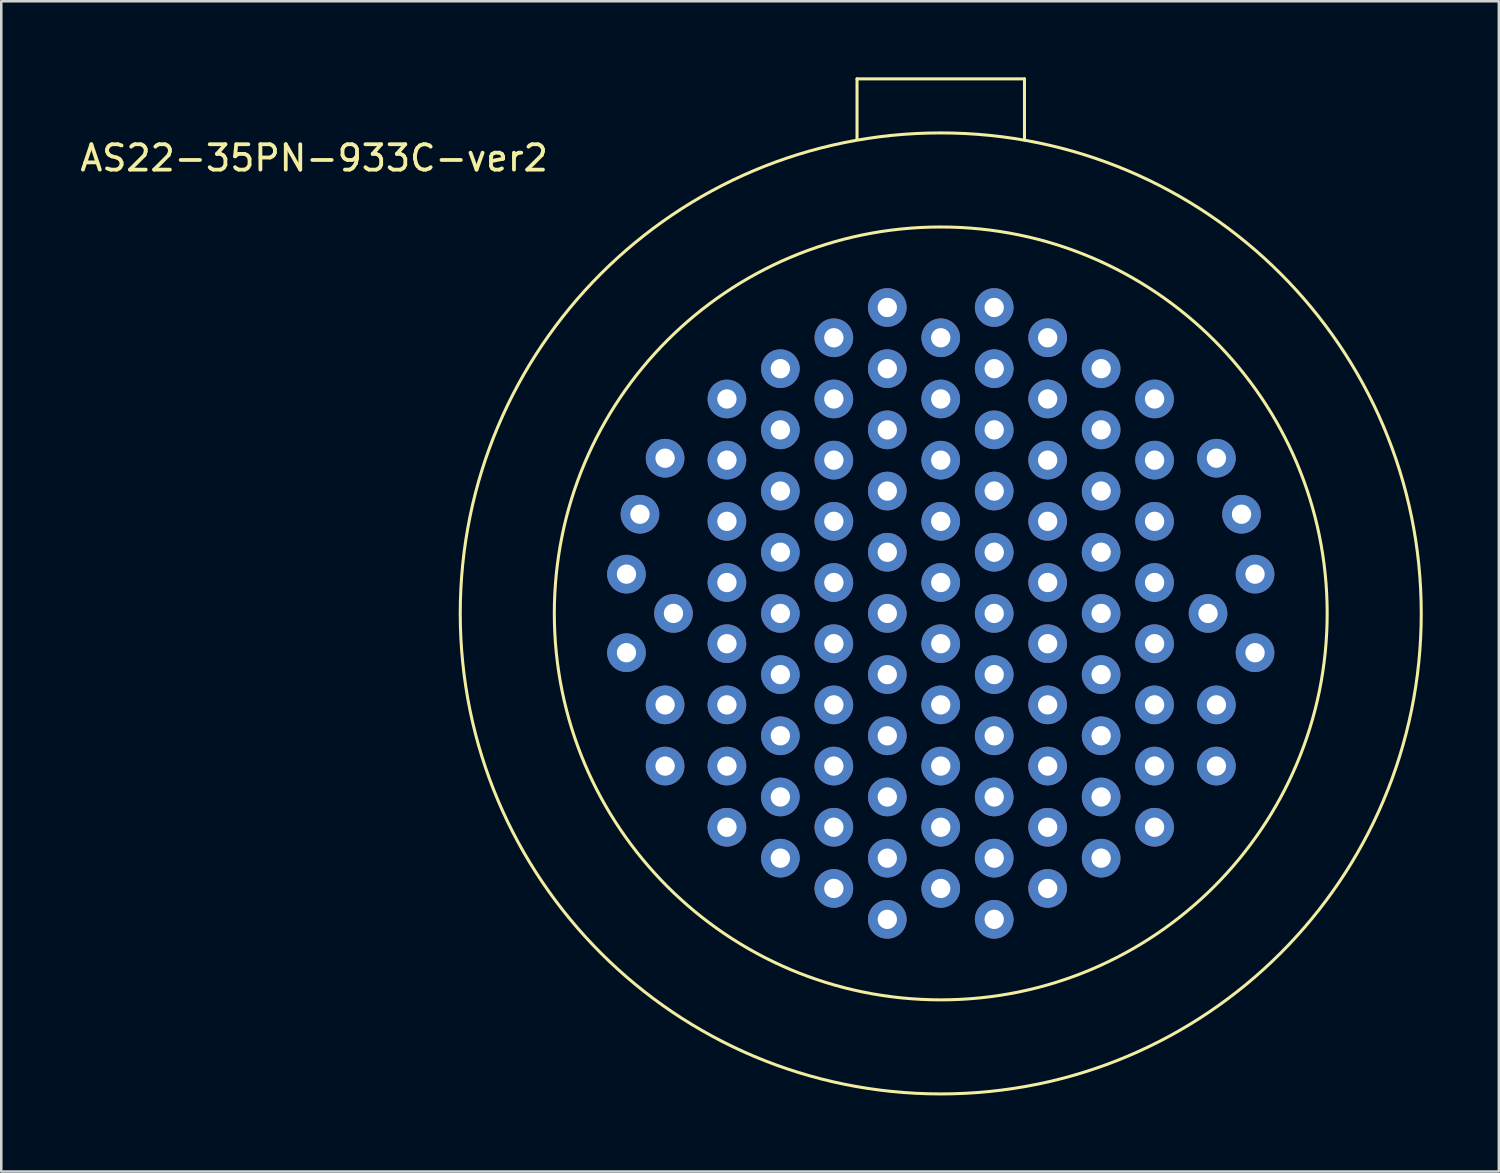
<source format=kicad_pcb>
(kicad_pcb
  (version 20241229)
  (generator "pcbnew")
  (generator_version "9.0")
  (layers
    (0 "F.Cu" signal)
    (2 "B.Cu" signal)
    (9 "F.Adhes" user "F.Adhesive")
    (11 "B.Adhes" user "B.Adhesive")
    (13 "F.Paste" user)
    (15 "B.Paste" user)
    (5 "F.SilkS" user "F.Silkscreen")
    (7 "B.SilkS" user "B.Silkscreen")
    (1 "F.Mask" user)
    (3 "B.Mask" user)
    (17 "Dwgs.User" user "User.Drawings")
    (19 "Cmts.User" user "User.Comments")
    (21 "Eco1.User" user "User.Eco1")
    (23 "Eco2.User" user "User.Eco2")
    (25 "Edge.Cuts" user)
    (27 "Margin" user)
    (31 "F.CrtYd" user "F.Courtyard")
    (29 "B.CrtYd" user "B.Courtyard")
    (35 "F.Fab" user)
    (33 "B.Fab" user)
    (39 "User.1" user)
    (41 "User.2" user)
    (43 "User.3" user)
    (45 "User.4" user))
  (footprint "AS22-35PN-933C-ver2"
    (layer "F.Cu")
    (at 34.051 21.142)
    (property "Reference" "AS22-35PN-933C-ver2" (at -24.712 -17.958 0) (layer "F.SilkS") (effects (font (size 1 1) (thickness 0.15))))
    (attr through_hole)
    (fp_line (start -3.302 -21.082) (end -3.302 -18.694) (stroke (width 0.12) (type solid)) (layer "F.SilkS"))
    (fp_line (start 3.302 -21.082) (end -3.302 -21.082) (stroke (width 0.12) (type solid)) (layer "F.SilkS"))
    (fp_line (start 3.302 -18.669) (end 3.302 -21.082) (stroke (width 0.12) (type solid)) (layer "F.SilkS"))
    (fp_circle (center 0 0) (end 15.24 0) (stroke (width 0.12) (type solid)) (fill no) (layer "F.SilkS"))
    (fp_circle (center 0 0) (end 18.95 0) (stroke (width 0.12) (type solid)) (fill no) (layer "F.SilkS"))
    (pad "2" thru_hole circle (at -11.862 -3.912) (size 1.524 1.524) (drill 0.762) (layers "*.Cu" "*.Mask"))
    (pad "3" thru_hole circle (at -12.395 -1.549) (size 1.524 1.524) (drill 0.762) (layers "*.Cu" "*.Mask"))
    (pad "4" thru_hole circle (at -10.541 0) (size 1.524 1.524) (drill 0.762) (layers "*.Cu" "*.Mask"))
    (pad "5" thru_hole circle (at -12.395 1.549) (size 1.524 1.524) (drill 0.762) (layers "*.Cu" "*.Mask"))
    (pad "6" thru_hole circle (at -10.871 3.607) (size 1.524 1.524) (drill 0.762) (layers "*.Cu" "*.Mask"))
    (pad "7" thru_hole circle (at -10.871 6.02) (size 1.524 1.524) (drill 0.762) (layers "*.Cu" "*.Mask"))
    (pad "8" thru_hole circle (at -8.433 -8.458) (size 1.524 1.524) (drill 0.762) (layers "*.Cu" "*.Mask"))
    (pad "9" thru_hole circle (at -8.433 -6.045) (size 1.524 1.524) (drill 0.762) (layers "*.Cu" "*.Mask"))
    (pad "10" thru_hole circle (at -8.433 -3.632) (size 1.524 1.524) (drill 0.762) (layers "*.Cu" "*.Mask"))
    (pad "11" thru_hole circle (at -8.433 -1.219) (size 1.524 1.524) (drill 0.762) (layers "*.Cu" "*.Mask"))
    (pad "12" thru_hole circle (at -8.433 1.194) (size 1.524 1.524) (drill 0.762) (layers "*.Cu" "*.Mask"))
    (pad "13" thru_hole circle (at -8.433 3.607) (size 1.524 1.524) (drill 0.762) (layers "*.Cu" "*.Mask"))
    (pad "14" thru_hole circle (at -8.433 6.02) (size 1.524 1.524) (drill 0.762) (layers "*.Cu" "*.Mask"))
    (pad "15" thru_hole circle (at -8.433 8.433) (size 1.524 1.524) (drill 0.762) (layers "*.Cu" "*.Mask"))
    (pad "16" thru_hole circle (at -6.325 -9.652) (size 1.524 1.524) (drill 0.762) (layers "*.Cu" "*.Mask"))
    (pad "17" thru_hole circle (at -6.325 -7.239) (size 1.524 1.524) (drill 0.762) (layers "*.Cu" "*.Mask"))
    (pad "18" thru_hole circle (at -6.325 -4.826) (size 1.524 1.524) (drill 0.762) (layers "*.Cu" "*.Mask"))
    (pad "19" thru_hole circle (at -6.325 -2.413) (size 1.524 1.524) (drill 0.762) (layers "*.Cu" "*.Mask"))
    (pad "20" thru_hole circle (at -6.325 0) (size 1.524 1.524) (drill 0.762) (layers "*.Cu" "*.Mask"))
    (pad "21" thru_hole circle (at -6.325 2.413) (size 1.524 1.524) (drill 0.762) (layers "*.Cu" "*.Mask"))
    (pad "22" thru_hole circle (at -6.325 4.826) (size 1.524 1.524) (drill 0.762) (layers "*.Cu" "*.Mask"))
    (pad "23" thru_hole circle (at -6.325 7.239) (size 1.524 1.524) (drill 0.762) (layers "*.Cu" "*.Mask"))
    (pad "24" thru_hole circle (at -6.325 9.652) (size 1.524 1.524) (drill 0.762) (layers "*.Cu" "*.Mask"))
    (pad "25" thru_hole circle (at -4.216 -10.871) (size 1.524 1.524) (drill 0.762) (layers "*.Cu" "*.Mask"))
    (pad "26" thru_hole circle (at -4.216 -8.458) (size 1.524 1.524) (drill 0.762) (layers "*.Cu" "*.Mask"))
    (pad "27" thru_hole circle (at -4.216 -6.045) (size 1.524 1.524) (drill 0.762) (layers "*.Cu" "*.Mask"))
    (pad "28" thru_hole circle (at -4.216 -3.632) (size 1.524 1.524) (drill 0.762) (layers "*.Cu" "*.Mask"))
    (pad "29" thru_hole circle (at -4.216 -1.219) (size 1.524 1.524) (drill 0.762) (layers "*.Cu" "*.Mask"))
    (pad "30" thru_hole circle (at -4.216 1.194) (size 1.524 1.524) (drill 0.762) (layers "*.Cu" "*.Mask"))
    (pad "31" thru_hole circle (at -4.216 3.607) (size 1.524 1.524) (drill 0.762) (layers "*.Cu" "*.Mask"))
    (pad "32" thru_hole circle (at -4.216 6.02) (size 1.524 1.524) (drill 0.762) (layers "*.Cu" "*.Mask"))
    (pad "33" thru_hole circle (at -4.216 8.433) (size 1.524 1.524) (drill 0.762) (layers "*.Cu" "*.Mask"))
    (pad "34" thru_hole circle (at -4.216 10.846) (size 1.524 1.524) (drill 0.762) (layers "*.Cu" "*.Mask"))
    (pad "35" thru_hole circle (at -2.108 -12.065) (size 1.524 1.524) (drill 0.762) (layers "*.Cu" "*.Mask"))
    (pad "36" thru_hole circle (at -2.108 -9.652) (size 1.524 1.524) (drill 0.762) (layers "*.Cu" "*.Mask"))
    (pad "37" thru_hole circle (at -2.108 -7.239) (size 1.524 1.524) (drill 0.762) (layers "*.Cu" "*.Mask"))
    (pad "38" thru_hole circle (at -2.108 -4.826) (size 1.524 1.524) (drill 0.762) (layers "*.Cu" "*.Mask"))
    (pad "39" thru_hole circle (at -2.108 -2.413) (size 1.524 1.524) (drill 0.762) (layers "*.Cu" "*.Mask"))
    (pad "40" thru_hole circle (at -2.108 0) (size 1.524 1.524) (drill 0.762) (layers "*.Cu" "*.Mask"))
    (pad "41" thru_hole circle (at -2.108 2.413) (size 1.524 1.524) (drill 0.762) (layers "*.Cu" "*.Mask"))
    (pad "42" thru_hole circle (at -2.108 4.826) (size 1.524 1.524) (drill 0.762) (layers "*.Cu" "*.Mask"))
    (pad "43" thru_hole circle (at -2.108 7.239) (size 1.524 1.524) (drill 0.762) (layers "*.Cu" "*.Mask"))
    (pad "44" thru_hole circle (at -2.108 9.652) (size 1.524 1.524) (drill 0.762) (layers "*.Cu" "*.Mask"))
    (pad "45" thru_hole circle (at -2.108 12.065) (size 1.524 1.524) (drill 0.762) (layers "*.Cu" "*.Mask"))
    (pad "46" thru_hole circle (at 0 -10.871) (size 1.524 1.524) (drill 0.762) (layers "*.Cu" "*.Mask"))
    (pad "47" thru_hole circle (at 0 -8.458) (size 1.524 1.524) (drill 0.762) (layers "*.Cu" "*.Mask"))
    (pad "48" thru_hole circle (at 0 -6.045) (size 1.524 1.524) (drill 0.762) (layers "*.Cu" "*.Mask"))
    (pad "49" thru_hole circle (at 0 -3.632) (size 1.524 1.524) (drill 0.762) (layers "*.Cu" "*.Mask"))
    (pad "50" thru_hole circle (at 0 -1.219) (size 1.524 1.524) (drill 0.762) (layers "*.Cu" "*.Mask"))
    (pad "51" thru_hole circle (at 0 1.194) (size 1.524 1.524) (drill 0.762) (layers "*.Cu" "*.Mask"))
    (pad "52" thru_hole circle (at 0 3.607) (size 1.524 1.524) (drill 0.762) (layers "*.Cu" "*.Mask"))
    (pad "53" thru_hole circle (at 0 6.02) (size 1.524 1.524) (drill 0.762) (layers "*.Cu" "*.Mask"))
    (pad "54" thru_hole circle (at 0 8.433) (size 1.524 1.524) (drill 0.762) (layers "*.Cu" "*.Mask"))
    (pad "55" thru_hole circle (at 0 10.846) (size 1.524 1.524) (drill 0.762) (layers "*.Cu" "*.Mask"))
    (pad "56" thru_hole circle (at 2.108 -12.065) (size 1.524 1.524) (drill 0.762) (layers "*.Cu" "*.Mask"))
    (pad "57" thru_hole circle (at 2.108 -9.652) (size 1.524 1.524) (drill 0.762) (layers "*.Cu" "*.Mask"))
    (pad "58" thru_hole circle (at 2.108 -7.239) (size 1.524 1.524) (drill 0.762) (layers "*.Cu" "*.Mask"))
    (pad "59" thru_hole circle (at 2.108 -4.826) (size 1.524 1.524) (drill 0.762) (layers "*.Cu" "*.Mask"))
    (pad "60" thru_hole circle (at 2.108 -2.413) (size 1.524 1.524) (drill 0.762) (layers "*.Cu" "*.Mask"))
    (pad "61" thru_hole circle (at 2.108 0) (size 1.524 1.524) (drill 0.762) (layers "*.Cu" "*.Mask"))
    (pad "62" thru_hole circle (at 2.108 2.413) (size 1.524 1.524) (drill 0.762) (layers "*.Cu" "*.Mask"))
    (pad "63" thru_hole circle (at 2.108 4.826) (size 1.524 1.524) (drill 0.762) (layers "*.Cu" "*.Mask"))
    (pad "64" thru_hole circle (at 2.108 7.239) (size 1.524 1.524) (drill 0.762) (layers "*.Cu" "*.Mask"))
    (pad "65" thru_hole circle (at 2.108 9.652) (size 1.524 1.524) (drill 0.762) (layers "*.Cu" "*.Mask"))
    (pad "66" thru_hole circle (at 2.108 12.065) (size 1.524 1.524) (drill 0.762) (layers "*.Cu" "*.Mask"))
    (pad "67" thru_hole circle (at 4.216 -10.871) (size 1.524 1.524) (drill 0.762) (layers "*.Cu" "*.Mask"))
    (pad "68" thru_hole circle (at 4.216 -8.458) (size 1.524 1.524) (drill 0.762) (layers "*.Cu" "*.Mask"))
    (pad "69" thru_hole circle (at 4.216 -6.045) (size 1.524 1.524) (drill 0.762) (layers "*.Cu" "*.Mask"))
    (pad "70" thru_hole circle (at 4.216 -3.632) (size 1.524 1.524) (drill 0.762) (layers "*.Cu" "*.Mask"))
    (pad "71" thru_hole circle (at 4.216 -1.219) (size 1.524 1.524) (drill 0.762) (layers "*.Cu" "*.Mask"))
    (pad "72" thru_hole circle (at 4.216 1.194) (size 1.524 1.524) (drill 0.762) (layers "*.Cu" "*.Mask"))
    (pad "73" thru_hole circle (at 4.216 3.607) (size 1.524 1.524) (drill 0.762) (layers "*.Cu" "*.Mask"))
    (pad "74" thru_hole circle (at 4.216 6.02) (size 1.524 1.524) (drill 0.762) (layers "*.Cu" "*.Mask"))
    (pad "75" thru_hole circle (at 4.216 8.433) (size 1.524 1.524) (drill 0.762) (layers "*.Cu" "*.Mask"))
    (pad "76" thru_hole circle (at 4.216 10.846) (size 1.524 1.524) (drill 0.762) (layers "*.Cu" "*.Mask"))
    (pad "77" thru_hole circle (at 6.325 -9.652) (size 1.524 1.524) (drill 0.762) (layers "*.Cu" "*.Mask"))
    (pad "78" thru_hole circle (at 6.325 -7.239) (size 1.524 1.524) (drill 0.762) (layers "*.Cu" "*.Mask"))
    (pad "79" thru_hole circle (at 6.325 -4.826) (size 1.524 1.524) (drill 0.762) (layers "*.Cu" "*.Mask"))
    (pad "80" thru_hole circle (at 6.325 -2.413) (size 1.524 1.524) (drill 0.762) (layers "*.Cu" "*.Mask"))
    (pad "81" thru_hole circle (at 6.325 0) (size 1.524 1.524) (drill 0.762) (layers "*.Cu" "*.Mask"))
    (pad "82" thru_hole circle (at 6.325 2.413) (size 1.524 1.524) (drill 0.762) (layers "*.Cu" "*.Mask"))
    (pad "83" thru_hole circle (at 6.325 4.826) (size 1.524 1.524) (drill 0.762) (layers "*.Cu" "*.Mask"))
    (pad "84" thru_hole circle (at 6.325 7.239) (size 1.524 1.524) (drill 0.762) (layers "*.Cu" "*.Mask"))
    (pad "85" thru_hole circle (at 6.325 9.652) (size 1.524 1.524) (drill 0.762) (layers "*.Cu" "*.Mask"))
    (pad "86" thru_hole circle (at 8.433 -8.458) (size 1.524 1.524) (drill 0.762) (layers "*.Cu" "*.Mask"))
    (pad "87" thru_hole circle (at 8.433 -6.045) (size 1.524 1.524) (drill 0.762) (layers "*.Cu" "*.Mask"))
    (pad "88" thru_hole circle (at 8.433 -3.632) (size 1.524 1.524) (drill 0.762) (layers "*.Cu" "*.Mask"))
    (pad "89" thru_hole circle (at 8.433 -1.219) (size 1.524 1.524) (drill 0.762) (layers "*.Cu" "*.Mask"))
    (pad "90" thru_hole circle (at 8.433 1.194) (size 1.524 1.524) (drill 0.762) (layers "*.Cu" "*.Mask"))
    (pad "91" thru_hole circle (at 8.433 3.607) (size 1.524 1.524) (drill 0.762) (layers "*.Cu" "*.Mask"))
    (pad "92" thru_hole circle (at 8.433 6.02) (size 1.524 1.524) (drill 0.762) (layers "*.Cu" "*.Mask"))
    (pad "93" thru_hole circle (at 8.433 8.433) (size 1.524 1.524) (drill 0.762) (layers "*.Cu" "*.Mask"))
    (pad "94" thru_hole circle (at 10.871 -6.121) (size 1.524 1.524) (drill 0.762) (layers "*.Cu" "*.Mask"))
    (pad "95" thru_hole circle (at 11.862 -3.912) (size 1.524 1.524) (drill 0.762) (layers "*.Cu" "*.Mask"))
    (pad "96" thru_hole circle (at 12.395 -1.549) (size 1.524 1.524) (drill 0.762) (layers "*.Cu" "*.Mask"))
    (pad "97" thru_hole circle (at 10.541 0) (size 1.524 1.524) (drill 0.762) (layers "*.Cu" "*.Mask"))
    (pad "98" thru_hole circle (at 12.395 1.549) (size 1.524 1.524) (drill 0.762) (layers "*.Cu" "*.Mask"))
    (pad "99" thru_hole circle (at 10.871 3.607) (size 1.524 1.524) (drill 0.762) (layers "*.Cu" "*.Mask"))
    (pad "100" thru_hole circle (at 10.871 6.02) (size 1.524 1.524) (drill 0.762) (layers "*.Cu" "*.Mask"))
    (pad "﻿1" thru_hole circle (at -10.871 -6.121) (size 1.524 1.524) (drill 0.762) (layers "*.Cu" "*.Mask")))
  (gr_rect
    (start -3 -3)
    (end 56.061 43.152)
    (stroke (width 0.1) (type default))
    (fill no)
    (layer "Edge.Cuts")))
</source>
